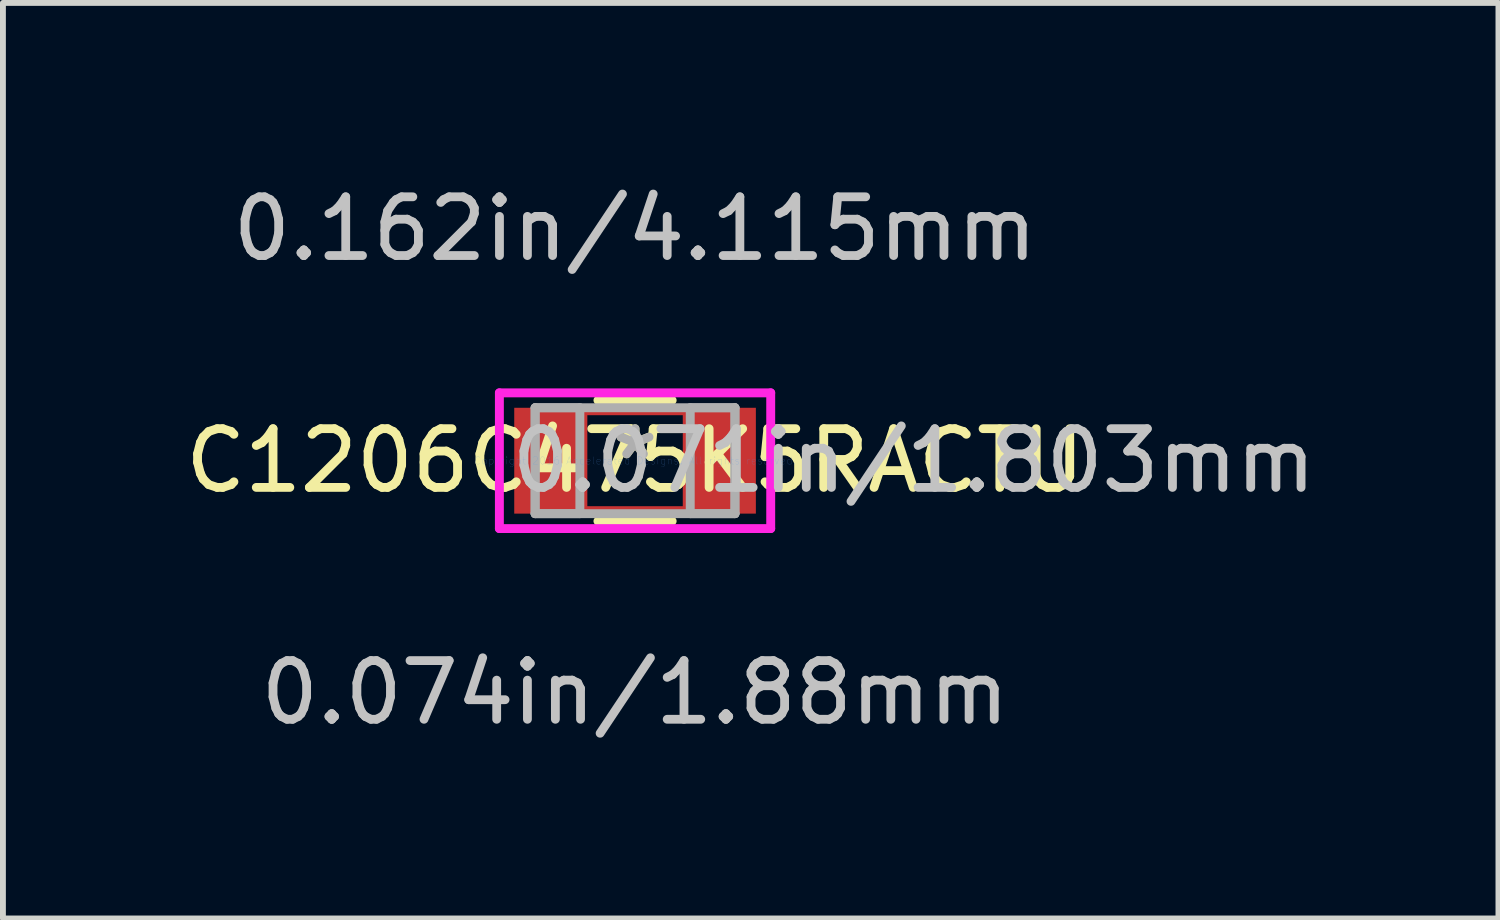
<source format=kicad_pcb>
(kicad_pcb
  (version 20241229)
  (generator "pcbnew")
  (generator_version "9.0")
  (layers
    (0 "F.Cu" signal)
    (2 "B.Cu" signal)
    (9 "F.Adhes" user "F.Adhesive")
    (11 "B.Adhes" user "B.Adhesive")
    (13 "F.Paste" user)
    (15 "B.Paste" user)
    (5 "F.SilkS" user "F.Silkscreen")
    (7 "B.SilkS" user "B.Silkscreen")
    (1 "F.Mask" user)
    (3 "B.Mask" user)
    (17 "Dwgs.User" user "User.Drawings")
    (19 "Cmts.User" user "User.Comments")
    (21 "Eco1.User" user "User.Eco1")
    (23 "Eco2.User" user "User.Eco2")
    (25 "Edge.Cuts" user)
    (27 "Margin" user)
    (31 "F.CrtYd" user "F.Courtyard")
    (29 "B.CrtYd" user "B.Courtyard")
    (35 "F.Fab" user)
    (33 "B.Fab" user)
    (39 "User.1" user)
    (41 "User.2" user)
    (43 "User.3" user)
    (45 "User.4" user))
  (footprint "C1206C475K5RACTU"
    (layer "F.Cu")
    (at 7.768 4.798)
    (property "Reference" "C1206C475K5RACTU" (at 0 0 0) (layer "F.SilkS") (effects (font (size 1 1) (thickness 0.15))))
    (attr through_hole)
    (fp_line (start -0.889 -0.851) (end 0.889 -0.851) (stroke (width 0.152) (type solid)) (layer "F.Cu"))
    (fp_line (start -0.889 0.851) (end -0.889 -0.851) (stroke (width 0.152) (type solid)) (layer "F.Cu"))
    (fp_line (start 0.889 -0.851) (end 0.889 0.851) (stroke (width 0.152) (type solid)) (layer "F.Cu"))
    (fp_line (start 0.889 0.851) (end -0.889 0.851) (stroke (width 0.152) (type solid)) (layer "F.Cu"))
    (fp_line (start -0.632 1.029) (end 0.632 1.029) (stroke (width 0.152) (type solid)) (layer "F.SilkS"))
    (fp_line (start 0.632 -1.029) (end -0.632 -1.029) (stroke (width 0.152) (type solid)) (layer "F.SilkS"))
    (fp_line (start -2.311 -1.156) (end 2.311 -1.156) (stroke (width 0.152) (type solid)) (layer "F.CrtYd"))
    (fp_line (start -2.311 1.156) (end -2.311 -1.156) (stroke (width 0.152) (type solid)) (layer "F.CrtYd"))
    (fp_line (start 2.311 -1.156) (end 2.311 1.156) (stroke (width 0.152) (type solid)) (layer "F.CrtYd"))
    (fp_line (start 2.311 1.156) (end -2.311 1.156) (stroke (width 0.152) (type solid)) (layer "F.CrtYd"))
    (fp_line (start -1.702 -0.902) (end -1.702 0.902) (stroke (width 0.152) (type solid)) (layer "F.Fab"))
    (fp_line (start -1.702 -0.902) (end -1.702 0.902) (stroke (width 0.152) (type solid)) (layer "F.Fab"))
    (fp_line (start -1.702 0.902) (end -0.94 0.902) (stroke (width 0.152) (type solid)) (layer "F.Fab"))
    (fp_line (start -1.702 0.902) (end 1.702 0.902) (stroke (width 0.152) (type solid)) (layer "F.Fab"))
    (fp_line (start -0.94 -0.902) (end -1.702 -0.902) (stroke (width 0.152) (type solid)) (layer "F.Fab"))
    (fp_line (start -0.94 0.902) (end -0.94 -0.902) (stroke (width 0.152) (type solid)) (layer "F.Fab"))
    (fp_line (start 0.94 -0.902) (end 0.94 0.902) (stroke (width 0.152) (type solid)) (layer "F.Fab"))
    (fp_line (start 0.94 0.902) (end 1.702 0.902) (stroke (width 0.152) (type solid)) (layer "F.Fab"))
    (fp_line (start 1.702 -0.902) (end -1.702 -0.902) (stroke (width 0.152) (type solid)) (layer "F.Fab"))
    (fp_line (start 1.702 -0.902) (end 0.94 -0.902) (stroke (width 0.152) (type solid)) (layer "F.Fab"))
    (fp_line (start 1.702 0.902) (end 1.702 -0.902) (stroke (width 0.152) (type solid)) (layer "F.Fab"))
    (fp_line (start 1.702 0.902) (end 1.702 -0.902) (stroke (width 0.152) (type solid)) (layer "F.Fab"))
    (fp_text user "*" (at 0 0 0) (layer "F.SilkS") (effects (font (size 1 1) (thickness 0.15))))
    (fp_text user "0.074in/1.88mm" (at 0 3.95 0) (layer "Dwgs.User") (effects (font (size 1 1) (thickness 0.15))))
    (fp_text user "0.162in/4.115mm" (at 0 -3.95 0) (layer "Dwgs.User") (effects (font (size 1 1) (thickness 0.15))))
    (fp_text user "0.071in/1.803mm" (at 4.75 0 0) (layer "Dwgs.User") (effects (font (size 1 1) (thickness 0.15))))
    (fp_text user "Copyright 2016 Accelerated Designs. All rights reserved." (at 0 0 0) (layer "Cmts.User") (effects (font (size 0.127 0.127) (thickness 0.002))))
    (fp_text user "*" (at 0 0 0) (layer "F.Fab") (effects (font (size 1 1) (thickness 0.15))))
    (pad "1" smd rect (at -1.499 0) (size 1.118 1.803) (layers "F.Cu" "F.Mask" "F.Paste"))
    (pad "2" smd rect (at 1.499 0) (size 1.118 1.803) (layers "F.Cu" "F.Mask" "F.Paste")))
  (gr_rect
    (start -3 -3)
    (end 22.476 12.596)
    (stroke (width 0.1) (type default))
    (fill no)
    (layer "Edge.Cuts")))
</source>
